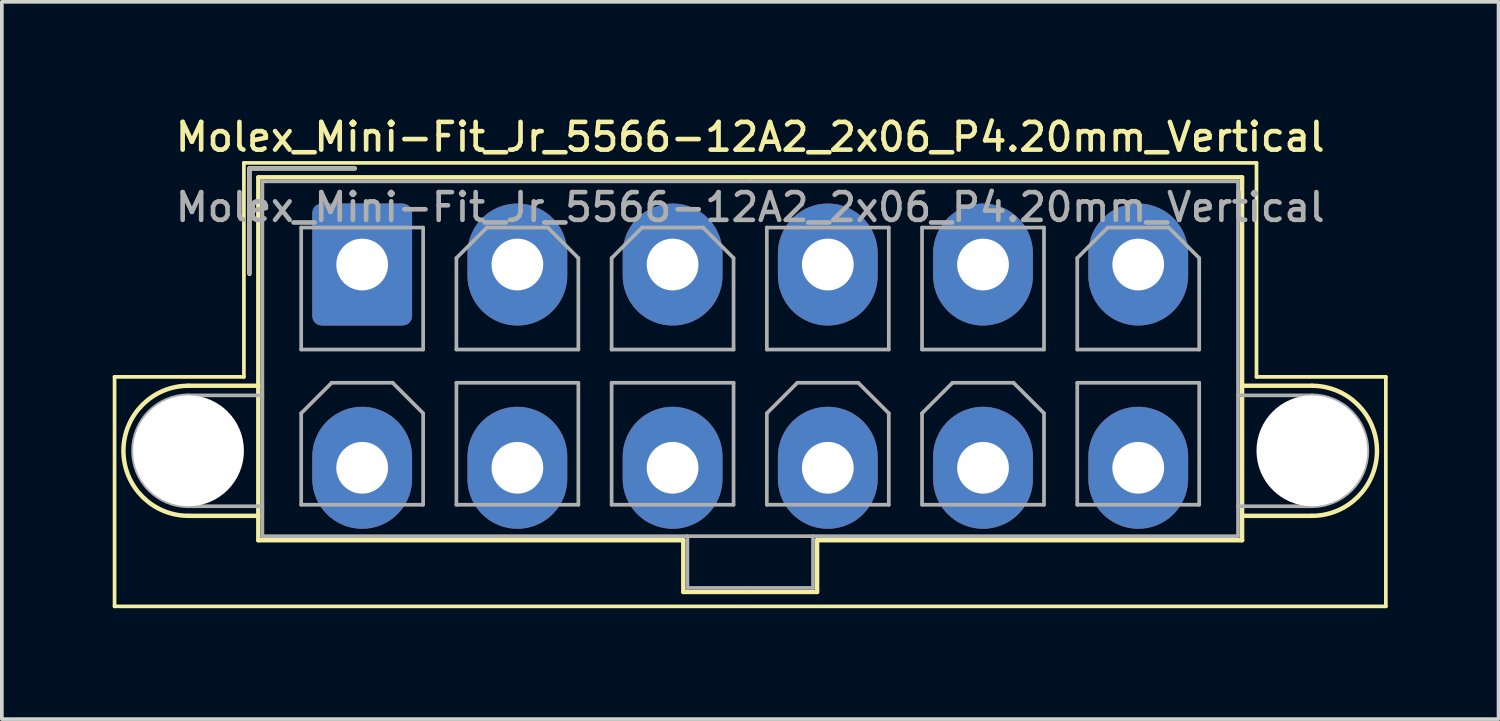
<source format=kicad_pcb>
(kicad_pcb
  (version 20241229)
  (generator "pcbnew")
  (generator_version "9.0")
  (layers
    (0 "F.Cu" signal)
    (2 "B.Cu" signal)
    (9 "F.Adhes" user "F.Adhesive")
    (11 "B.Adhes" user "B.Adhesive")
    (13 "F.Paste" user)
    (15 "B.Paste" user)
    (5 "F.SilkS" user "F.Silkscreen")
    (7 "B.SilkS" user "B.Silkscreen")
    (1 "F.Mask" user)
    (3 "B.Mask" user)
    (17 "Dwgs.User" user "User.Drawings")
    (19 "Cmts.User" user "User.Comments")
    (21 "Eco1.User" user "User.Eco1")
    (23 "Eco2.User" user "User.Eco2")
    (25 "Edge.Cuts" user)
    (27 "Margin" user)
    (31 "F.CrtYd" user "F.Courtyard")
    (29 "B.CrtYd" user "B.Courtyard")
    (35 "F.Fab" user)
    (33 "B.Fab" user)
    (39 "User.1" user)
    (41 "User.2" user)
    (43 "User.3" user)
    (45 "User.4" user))
  (footprint "Molex_Mini-Fit_Jr_5566-12A2_2x06_P4.20mm_Vertical"
    (layer "F.Cu")
    (at 6.75 4.108)
    (property "Reference" "Molex_Mini-Fit_Jr_5566-12A2_2x06_P4.20mm_Vertical" (at 10.5 -3.45 0) (layer "F.SilkS") (effects (font (size 0.75 0.75) (thickness 0.125))))
    (attr through_hole)
    (fp_line (start -6.7 3.04) (end -6.7 9.25) (stroke (width 0.1) (type solid)) (layer "F.SilkS"))
    (fp_line (start -6.7 9.25) (end 27.7 9.25) (stroke (width 0.1) (type solid)) (layer "F.SilkS"))
    (fp_line (start -4.7 3.28) (end -2.81 3.28) (stroke (width 0.12) (type solid)) (layer "F.SilkS"))
    (fp_line (start -4.7 6.8) (end -2.81 6.8) (stroke (width 0.12) (type solid)) (layer "F.SilkS"))
    (fp_line (start -3.2 -2.75) (end -3.2 3.04) (stroke (width 0.1) (type solid)) (layer "F.SilkS"))
    (fp_line (start -3.2 3.04) (end -6.7 3.04) (stroke (width 0.1) (type solid)) (layer "F.SilkS"))
    (fp_line (start -3.05 -2.6) (end -3.05 0.25) (stroke (width 0.12) (type solid)) (layer "F.SilkS"))
    (fp_line (start -2.81 -2.36) (end -2.81 7.46) (stroke (width 0.12) (type solid)) (layer "F.SilkS"))
    (fp_line (start -2.81 7.46) (end 8.69 7.46) (stroke (width 0.12) (type solid)) (layer "F.SilkS"))
    (fp_line (start -0.2 -2.6) (end -3.05 -2.6) (stroke (width 0.12) (type solid)) (layer "F.SilkS"))
    (fp_line (start 8.69 7.46) (end 8.69 8.86) (stroke (width 0.12) (type solid)) (layer "F.SilkS"))
    (fp_line (start 8.69 8.86) (end 10.5 8.86) (stroke (width 0.12) (type solid)) (layer "F.SilkS"))
    (fp_line (start 10.5 -2.36) (end -2.81 -2.36) (stroke (width 0.12) (type solid)) (layer "F.SilkS"))
    (fp_line (start 10.5 -2.36) (end 23.81 -2.36) (stroke (width 0.12) (type solid)) (layer "F.SilkS"))
    (fp_line (start 12.31 7.46) (end 12.31 8.86) (stroke (width 0.12) (type solid)) (layer "F.SilkS"))
    (fp_line (start 12.31 8.86) (end 10.5 8.86) (stroke (width 0.12) (type solid)) (layer "F.SilkS"))
    (fp_line (start 23.81 -2.36) (end 23.81 7.46) (stroke (width 0.12) (type solid)) (layer "F.SilkS"))
    (fp_line (start 23.81 7.46) (end 12.31 7.46) (stroke (width 0.12) (type solid)) (layer "F.SilkS"))
    (fp_line (start 24.2 -2.75) (end -3.2 -2.75) (stroke (width 0.1) (type solid)) (layer "F.SilkS"))
    (fp_line (start 24.2 3.04) (end 24.2 -2.75) (stroke (width 0.1) (type solid)) (layer "F.SilkS"))
    (fp_line (start 25.7 3.28) (end 23.81 3.28) (stroke (width 0.12) (type solid)) (layer "F.SilkS"))
    (fp_line (start 25.7 6.8) (end 23.81 6.8) (stroke (width 0.12) (type solid)) (layer "F.SilkS"))
    (fp_line (start 27.7 3.04) (end 24.2 3.04) (stroke (width 0.1) (type solid)) (layer "F.SilkS"))
    (fp_line (start 27.7 9.25) (end 27.7 3.04) (stroke (width 0.1) (type solid)) (layer "F.SilkS"))
    (fp_arc (start -4.7 6.8) (mid -6.46 5.04) (end -4.7 3.28) (stroke (width 0.12) (type solid)) (layer "F.SilkS"))
    (fp_arc (start 25.7 3.28) (mid 27.46 5.04) (end 25.7 6.8) (stroke (width 0.12) (type solid)) (layer "F.SilkS"))
    (fp_line (start -4.7 3.54) (end -2.7 3.54) (stroke (width 0.1) (type solid)) (layer "F.Fab"))
    (fp_line (start -4.7 6.54) (end -2.7 6.54) (stroke (width 0.1) (type solid)) (layer "F.Fab"))
    (fp_line (start -3.05 -2.6) (end -3.05 0.25) (stroke (width 0.1) (type solid)) (layer "F.Fab"))
    (fp_line (start -2.7 -2.25) (end -2.7 7.35) (stroke (width 0.1) (type solid)) (layer "F.Fab"))
    (fp_line (start -2.7 7.35) (end 23.7 7.35) (stroke (width 0.1) (type solid)) (layer "F.Fab"))
    (fp_line (start -1.65 -1) (end -1.65 2.3) (stroke (width 0.1) (type solid)) (layer "F.Fab"))
    (fp_line (start -1.65 2.3) (end 1.65 2.3) (stroke (width 0.1) (type solid)) (layer "F.Fab"))
    (fp_line (start -1.65 4.025) (end -0.825 3.2) (stroke (width 0.1) (type solid)) (layer "F.Fab"))
    (fp_line (start -1.65 6.5) (end -1.65 4.025) (stroke (width 0.1) (type solid)) (layer "F.Fab"))
    (fp_line (start -0.825 3.2) (end 0.825 3.2) (stroke (width 0.1) (type solid)) (layer "F.Fab"))
    (fp_line (start -0.2 -2.6) (end -3.05 -2.6) (stroke (width 0.1) (type solid)) (layer "F.Fab"))
    (fp_line (start 0.825 3.2) (end 1.65 4.025) (stroke (width 0.1) (type solid)) (layer "F.Fab"))
    (fp_line (start 1.65 -1) (end -1.65 -1) (stroke (width 0.1) (type solid)) (layer "F.Fab"))
    (fp_line (start 1.65 2.3) (end 1.65 -1) (stroke (width 0.1) (type solid)) (layer "F.Fab"))
    (fp_line (start 1.65 4.025) (end 1.65 6.5) (stroke (width 0.1) (type solid)) (layer "F.Fab"))
    (fp_line (start 1.65 6.5) (end -1.65 6.5) (stroke (width 0.1) (type solid)) (layer "F.Fab"))
    (fp_line (start 2.55 -0.175) (end 3.375 -1) (stroke (width 0.1) (type solid)) (layer "F.Fab"))
    (fp_line (start 2.55 2.3) (end 2.55 -0.175) (stroke (width 0.1) (type solid)) (layer "F.Fab"))
    (fp_line (start 2.55 3.2) (end 2.55 6.5) (stroke (width 0.1) (type solid)) (layer "F.Fab"))
    (fp_line (start 2.55 6.5) (end 5.85 6.5) (stroke (width 0.1) (type solid)) (layer "F.Fab"))
    (fp_line (start 3.375 -1) (end 5.025 -1) (stroke (width 0.1) (type solid)) (layer "F.Fab"))
    (fp_line (start 5.025 -1) (end 5.85 -0.175) (stroke (width 0.1) (type solid)) (layer "F.Fab"))
    (fp_line (start 5.85 -0.175) (end 5.85 2.3) (stroke (width 0.1) (type solid)) (layer "F.Fab"))
    (fp_line (start 5.85 2.3) (end 2.55 2.3) (stroke (width 0.1) (type solid)) (layer "F.Fab"))
    (fp_line (start 5.85 3.2) (end 2.55 3.2) (stroke (width 0.1) (type solid)) (layer "F.Fab"))
    (fp_line (start 5.85 6.5) (end 5.85 3.2) (stroke (width 0.1) (type solid)) (layer "F.Fab"))
    (fp_line (start 6.75 -0.175) (end 7.575 -1) (stroke (width 0.1) (type solid)) (layer "F.Fab"))
    (fp_line (start 6.75 2.3) (end 6.75 -0.175) (stroke (width 0.1) (type solid)) (layer "F.Fab"))
    (fp_line (start 6.75 3.2) (end 6.75 6.5) (stroke (width 0.1) (type solid)) (layer "F.Fab"))
    (fp_line (start 6.75 6.5) (end 10.05 6.5) (stroke (width 0.1) (type solid)) (layer "F.Fab"))
    (fp_line (start 7.575 -1) (end 9.225 -1) (stroke (width 0.1) (type solid)) (layer "F.Fab"))
    (fp_line (start 8.8 7.35) (end 8.8 8.75) (stroke (width 0.1) (type solid)) (layer "F.Fab"))
    (fp_line (start 8.8 8.75) (end 12.2 8.75) (stroke (width 0.1) (type solid)) (layer "F.Fab"))
    (fp_line (start 9.225 -1) (end 10.05 -0.175) (stroke (width 0.1) (type solid)) (layer "F.Fab"))
    (fp_line (start 10.05 -0.175) (end 10.05 2.3) (stroke (width 0.1) (type solid)) (layer "F.Fab"))
    (fp_line (start 10.05 2.3) (end 6.75 2.3) (stroke (width 0.1) (type solid)) (layer "F.Fab"))
    (fp_line (start 10.05 3.2) (end 6.75 3.2) (stroke (width 0.1) (type solid)) (layer "F.Fab"))
    (fp_line (start 10.05 6.5) (end 10.05 3.2) (stroke (width 0.1) (type solid)) (layer "F.Fab"))
    (fp_line (start 10.95 -1) (end 10.95 2.3) (stroke (width 0.1) (type solid)) (layer "F.Fab"))
    (fp_line (start 10.95 2.3) (end 14.25 2.3) (stroke (width 0.1) (type solid)) (layer "F.Fab"))
    (fp_line (start 10.95 4.025) (end 11.775 3.2) (stroke (width 0.1) (type solid)) (layer "F.Fab"))
    (fp_line (start 10.95 6.5) (end 10.95 4.025) (stroke (width 0.1) (type solid)) (layer "F.Fab"))
    (fp_line (start 11.775 3.2) (end 13.425 3.2) (stroke (width 0.1) (type solid)) (layer "F.Fab"))
    (fp_line (start 12.2 8.75) (end 12.2 7.35) (stroke (width 0.1) (type solid)) (layer "F.Fab"))
    (fp_line (start 13.425 3.2) (end 14.25 4.025) (stroke (width 0.1) (type solid)) (layer "F.Fab"))
    (fp_line (start 14.25 -1) (end 10.95 -1) (stroke (width 0.1) (type solid)) (layer "F.Fab"))
    (fp_line (start 14.25 2.3) (end 14.25 -1) (stroke (width 0.1) (type solid)) (layer "F.Fab"))
    (fp_line (start 14.25 4.025) (end 14.25 6.5) (stroke (width 0.1) (type solid)) (layer "F.Fab"))
    (fp_line (start 14.25 6.5) (end 10.95 6.5) (stroke (width 0.1) (type solid)) (layer "F.Fab"))
    (fp_line (start 15.15 -1) (end 15.15 2.3) (stroke (width 0.1) (type solid)) (layer "F.Fab"))
    (fp_line (start 15.15 2.3) (end 18.45 2.3) (stroke (width 0.1) (type solid)) (layer "F.Fab"))
    (fp_line (start 15.15 4.025) (end 15.975 3.2) (stroke (width 0.1) (type solid)) (layer "F.Fab"))
    (fp_line (start 15.15 6.5) (end 15.15 4.025) (stroke (width 0.1) (type solid)) (layer "F.Fab"))
    (fp_line (start 15.975 3.2) (end 17.625 3.2) (stroke (width 0.1) (type solid)) (layer "F.Fab"))
    (fp_line (start 17.625 3.2) (end 18.45 4.025) (stroke (width 0.1) (type solid)) (layer "F.Fab"))
    (fp_line (start 18.45 -1) (end 15.15 -1) (stroke (width 0.1) (type solid)) (layer "F.Fab"))
    (fp_line (start 18.45 2.3) (end 18.45 -1) (stroke (width 0.1) (type solid)) (layer "F.Fab"))
    (fp_line (start 18.45 4.025) (end 18.45 6.5) (stroke (width 0.1) (type solid)) (layer "F.Fab"))
    (fp_line (start 18.45 6.5) (end 15.15 6.5) (stroke (width 0.1) (type solid)) (layer "F.Fab"))
    (fp_line (start 19.35 -0.175) (end 20.175 -1) (stroke (width 0.1) (type solid)) (layer "F.Fab"))
    (fp_line (start 19.35 2.3) (end 19.35 -0.175) (stroke (width 0.1) (type solid)) (layer "F.Fab"))
    (fp_line (start 19.35 3.2) (end 19.35 6.5) (stroke (width 0.1) (type solid)) (layer "F.Fab"))
    (fp_line (start 19.35 6.5) (end 22.65 6.5) (stroke (width 0.1) (type solid)) (layer "F.Fab"))
    (fp_line (start 20.175 -1) (end 21.825 -1) (stroke (width 0.1) (type solid)) (layer "F.Fab"))
    (fp_line (start 21.825 -1) (end 22.65 -0.175) (stroke (width 0.1) (type solid)) (layer "F.Fab"))
    (fp_line (start 22.65 -0.175) (end 22.65 2.3) (stroke (width 0.1) (type solid)) (layer "F.Fab"))
    (fp_line (start 22.65 2.3) (end 19.35 2.3) (stroke (width 0.1) (type solid)) (layer "F.Fab"))
    (fp_line (start 22.65 3.2) (end 19.35 3.2) (stroke (width 0.1) (type solid)) (layer "F.Fab"))
    (fp_line (start 22.65 6.5) (end 22.65 3.2) (stroke (width 0.1) (type solid)) (layer "F.Fab"))
    (fp_line (start 23.7 -2.25) (end -2.7 -2.25) (stroke (width 0.1) (type solid)) (layer "F.Fab"))
    (fp_line (start 23.7 7.35) (end 23.7 -2.25) (stroke (width 0.1) (type solid)) (layer "F.Fab"))
    (fp_line (start 25.7 3.54) (end 23.7 3.54) (stroke (width 0.1) (type solid)) (layer "F.Fab"))
    (fp_line (start 25.7 6.54) (end 23.7 6.54) (stroke (width 0.1) (type solid)) (layer "F.Fab"))
    (fp_arc (start -4.7 6.54) (mid -6.2 5.04) (end -4.7 3.54) (stroke (width 0.1) (type solid)) (layer "F.Fab"))
    (fp_arc (start 25.7 3.54) (mid 27.2 5.04) (end 25.7 6.54) (stroke (width 0.1) (type solid)) (layer "F.Fab"))
    (fp_text user "${REFERENCE}" (at 10.5 -1.55 0) (layer "F.Fab") (effects (font (size 0.75 0.75) (thickness 0.125))))
    (pad "" np_thru_hole circle (at -4.7 5.04) (size 3 3) (drill 3) (layers "*.Cu" "*.Mask"))
    (pad "" np_thru_hole circle (at 25.7 5.04) (size 3 3) (drill 3) (layers "*.Cu" "*.Mask"))
    (pad "1" thru_hole roundrect (at 0 0) (size 2.7 3.3) (drill 1.4) (layers "*.Cu" "*.Mask") (roundrect_rratio 0.093))
    (pad "2" thru_hole oval (at 4.2 0) (size 2.7 3.3) (drill 1.4) (layers "*.Cu" "*.Mask"))
    (pad "3" thru_hole oval (at 8.4 0) (size 2.7 3.3) (drill 1.4) (layers "*.Cu" "*.Mask"))
    (pad "4" thru_hole oval (at 12.6 0) (size 2.7 3.3) (drill 1.4) (layers "*.Cu" "*.Mask"))
    (pad "5" thru_hole oval (at 16.8 0) (size 2.7 3.3) (drill 1.4) (layers "*.Cu" "*.Mask"))
    (pad "6" thru_hole oval (at 21 0) (size 2.7 3.3) (drill 1.4) (layers "*.Cu" "*.Mask"))
    (pad "7" thru_hole oval (at 0 5.5) (size 2.7 3.3) (drill 1.4) (layers "*.Cu" "*.Mask"))
    (pad "8" thru_hole oval (at 4.2 5.5) (size 2.7 3.3) (drill 1.4) (layers "*.Cu" "*.Mask"))
    (pad "9" thru_hole oval (at 8.4 5.5) (size 2.7 3.3) (drill 1.4) (layers "*.Cu" "*.Mask"))
    (pad "10" thru_hole oval (at 12.6 5.5) (size 2.7 3.3) (drill 1.4) (layers "*.Cu" "*.Mask"))
    (pad "11" thru_hole oval (at 16.8 5.5) (size 2.7 3.3) (drill 1.4) (layers "*.Cu" "*.Mask"))
    (pad "12" thru_hole oval (at 21 5.5) (size 2.7 3.3) (drill 1.4) (layers "*.Cu" "*.Mask")))
  (gr_rect
    (start -3 -3)
    (end 37.5 16.408)
    (stroke (width 0.1) (type default))
    (fill no)
    (layer "Edge.Cuts")))
</source>
